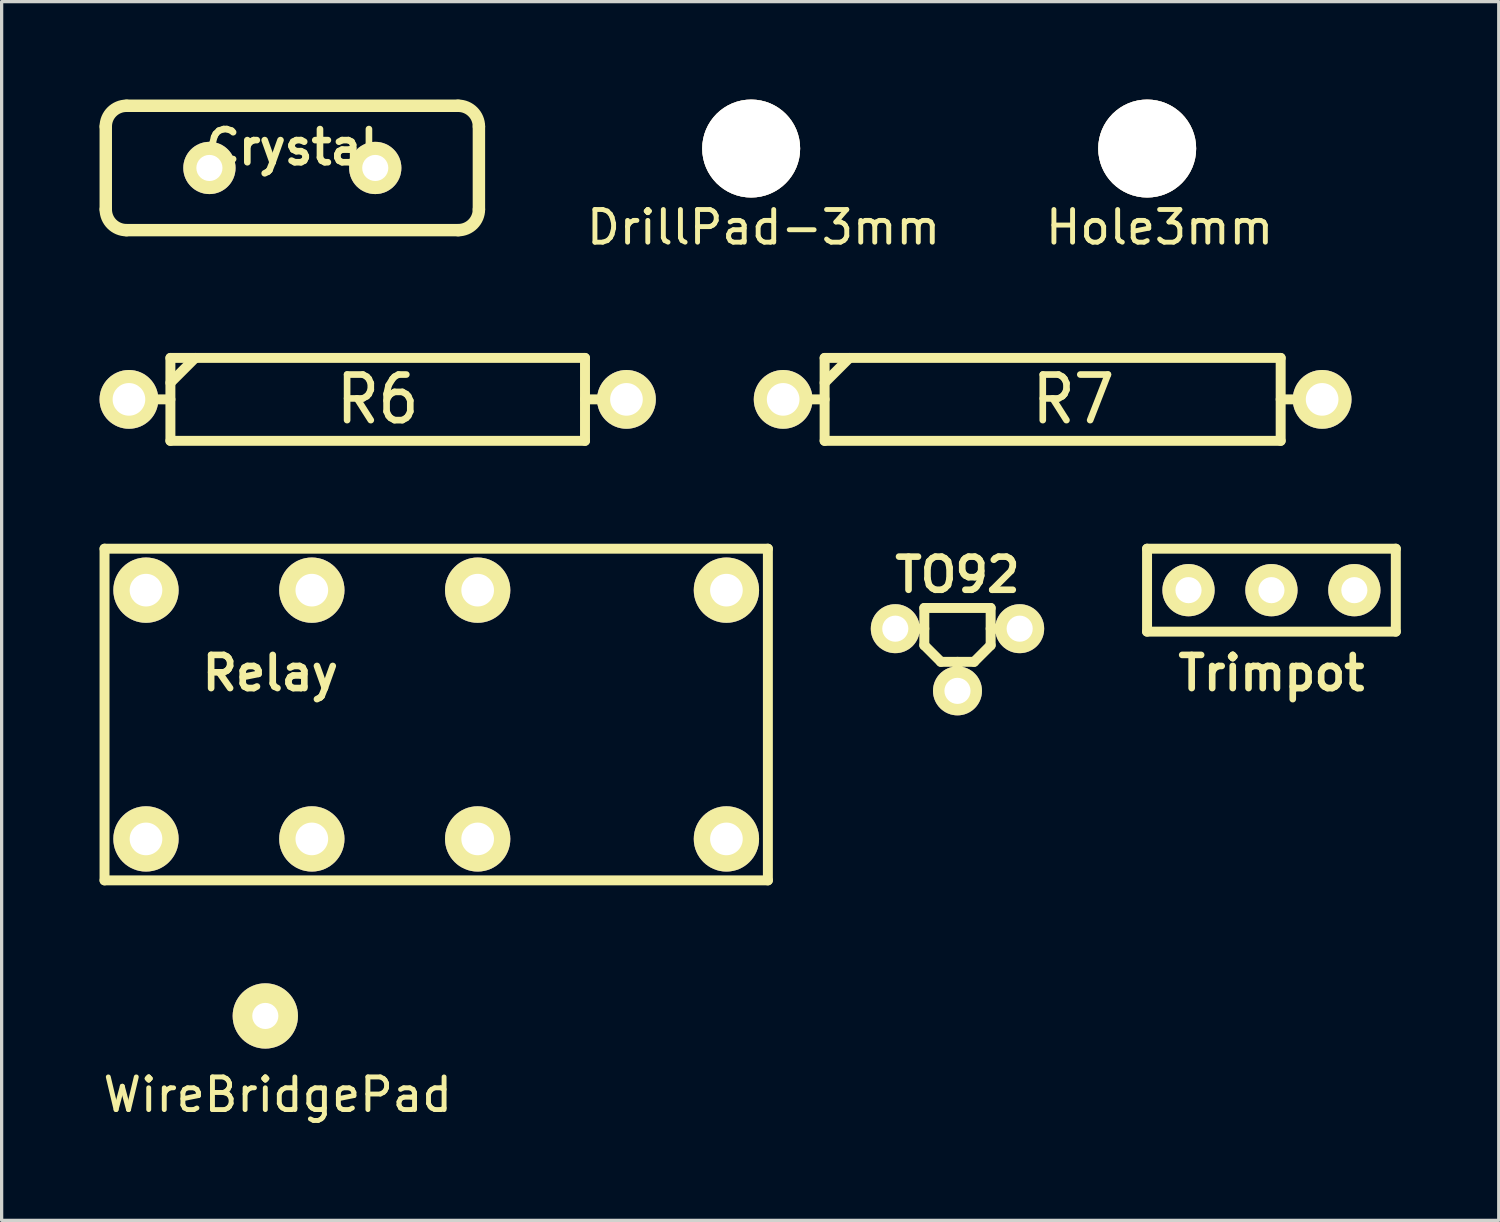
<source format=kicad_pcb>
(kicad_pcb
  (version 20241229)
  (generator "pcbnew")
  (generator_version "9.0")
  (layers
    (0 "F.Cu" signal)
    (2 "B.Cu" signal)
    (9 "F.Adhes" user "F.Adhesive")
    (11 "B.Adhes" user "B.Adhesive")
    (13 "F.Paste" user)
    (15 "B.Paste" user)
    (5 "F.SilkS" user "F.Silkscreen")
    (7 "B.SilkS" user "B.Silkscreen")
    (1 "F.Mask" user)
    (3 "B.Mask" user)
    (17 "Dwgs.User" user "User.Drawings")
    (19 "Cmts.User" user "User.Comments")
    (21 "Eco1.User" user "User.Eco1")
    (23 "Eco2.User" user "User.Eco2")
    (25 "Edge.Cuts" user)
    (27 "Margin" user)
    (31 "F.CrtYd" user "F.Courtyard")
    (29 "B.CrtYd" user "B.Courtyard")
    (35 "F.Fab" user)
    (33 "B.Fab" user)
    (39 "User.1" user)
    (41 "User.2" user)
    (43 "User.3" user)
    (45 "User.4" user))
  (footprint "Trimpot"
    (placed yes)
    (layer "F.Cu")
    (at 35.897 15.028)
    (property "Reference" "Trimpot" (at 0 2.54 0) (layer "F.SilkS") (effects (font (size 1.016 1.016) (thickness 0.203))))
    (attr through_hole)
    (fp_line (start -3.81 -1.27) (end -3.81 1.27) (stroke (width 0.305) (type solid)) (layer "F.SilkS"))
    (fp_line (start -3.81 1.27) (end 3.81 1.27) (stroke (width 0.305) (type solid)) (layer "F.SilkS"))
    (fp_line (start 3.81 -1.27) (end -3.81 -1.27) (stroke (width 0.305) (type solid)) (layer "F.SilkS"))
    (fp_line (start 3.81 1.27) (end 3.81 -1.27) (stroke (width 0.305) (type solid)) (layer "F.SilkS"))
    (pad "1" thru_hole circle (at -2.54 0) (size 1.6 1.6) (drill 0.8) (layers "*.Cu" "*.Mask" "F.SilkS"))
    (pad "2" thru_hole circle (at 0 0) (size 1.6 1.6) (drill 0.8) (layers "*.Cu" "*.Mask" "F.SilkS"))
    (pad "3" thru_hole circle (at 2.54 0) (size 1.6 1.6) (drill 0.8) (layers "*.Cu" "*.Mask" "F.SilkS")))
  (footprint "TO92"
    (layer "F.Cu")
    (at 26.28 16.843)
    (property "Reference" "TO92" (at 0 -2.286 0) (layer "F.SilkS") (effects (font (size 1.016 1.016) (thickness 0.203))))
    (attr through_hole)
    (fp_line (start -1.905 -0.635) (end -1.016 -0.635) (stroke (width 0.305) (type solid)) (layer "F.SilkS"))
    (fp_line (start -1.016 -1.27) (end -1.016 -0.127) (stroke (width 0.305) (type solid)) (layer "F.SilkS"))
    (fp_line (start -1.016 -0.127) (end -0.508 0.381) (stroke (width 0.305) (type solid)) (layer "F.SilkS"))
    (fp_line (start -0.508 0.381) (end 0.508 0.381) (stroke (width 0.305) (type solid)) (layer "F.SilkS"))
    (fp_line (start 0 1.27) (end 0 0.381) (stroke (width 0.305) (type solid)) (layer "F.SilkS"))
    (fp_line (start 0.508 0.381) (end 1.016 -0.127) (stroke (width 0.305) (type solid)) (layer "F.SilkS"))
    (fp_line (start 1.016 -1.27) (end -1.016 -1.27) (stroke (width 0.305) (type solid)) (layer "F.SilkS"))
    (fp_line (start 1.016 -0.127) (end 1.016 -1.27) (stroke (width 0.305) (type solid)) (layer "F.SilkS"))
    (fp_line (start 1.905 -0.635) (end 1.016 -0.635) (stroke (width 0.305) (type solid)) (layer "F.SilkS"))
    (pad "1" thru_hole circle (at -1.905 -0.635) (size 1.5 1.5) (drill 0.8) (layers "*.Cu" "*.Mask" "F.SilkS"))
    (pad "2" thru_hole circle (at 0 1.27) (size 1.5 1.5) (drill 0.8) (layers "*.Cu" "*.Mask" "F.SilkS"))
    (pad "3" thru_hole circle (at 1.905 -0.635) (size 1.5 1.5) (drill 0.8) (layers "*.Cu" "*.Mask" "F.SilkS")))
  (footprint "R7"
    (layer "F.Cu")
    (at 29.83 9.184)
    (property "Reference" "R7" (at 0 0 0) (layer "F.SilkS") (effects (font (size 1.397 1.27) (thickness 0.203))))
    (attr through_hole)
    (fp_line (start -8.89 0) (end -7.62 0) (stroke (width 0.305) (type solid)) (layer "F.SilkS"))
    (fp_line (start -7.62 -1.27) (end -7.62 1.27) (stroke (width 0.305) (type solid)) (layer "F.SilkS"))
    (fp_line (start -7.62 -1.27) (end 6.35 -1.27) (stroke (width 0.305) (type solid)) (layer "F.SilkS"))
    (fp_line (start -7.62 -0.508) (end -6.858 -1.27) (stroke (width 0.305) (type solid)) (layer "F.SilkS"))
    (fp_line (start 6.35 -1.27) (end 6.35 1.27) (stroke (width 0.305) (type solid)) (layer "F.SilkS"))
    (fp_line (start 6.35 0) (end 7.62 0) (stroke (width 0.305) (type solid)) (layer "F.SilkS"))
    (fp_line (start 6.35 1.27) (end -7.62 1.27) (stroke (width 0.305) (type solid)) (layer "F.SilkS"))
    (pad "1" thru_hole circle (at -8.89 0) (size 1.8 1.8) (drill 1) (layers "*.Cu" "*.Mask" "F.SilkS"))
    (pad "2" thru_hole circle (at 7.62 0) (size 1.8 1.8) (drill 1) (layers "*.Cu" "*.Mask" "F.SilkS")))
  (footprint "Relay"
    (placed yes)
    (layer "F.Cu")
    (at 1.422 18.838)
    (property "Reference" "Relay" (at 3.81 -1.27 0) (layer "F.SilkS") (effects (font (size 1.016 1.016) (thickness 0.203))))
    (attr through_hole)
    (fp_line (start -1.27 -5.08) (end -1.27 5.08) (stroke (width 0.305) (type solid)) (layer "F.SilkS"))
    (fp_line (start -1.27 5.08) (end 19.05 5.08) (stroke (width 0.305) (type solid)) (layer "F.SilkS"))
    (fp_line (start 19.05 -5.08) (end -1.27 -5.08) (stroke (width 0.305) (type solid)) (layer "F.SilkS"))
    (fp_line (start 19.05 5.08) (end 19.05 -5.08) (stroke (width 0.305) (type solid)) (layer "F.SilkS"))
    (pad "1" thru_hole circle (at 0 3.81) (size 2 2) (drill 1) (layers "*.Cu" "*.Mask" "F.SilkS"))
    (pad "3" thru_hole circle (at 5.08 3.81) (size 2 2) (drill 1) (layers "*.Cu" "*.Mask" "F.SilkS"))
    (pad "5" thru_hole circle (at 10.16 3.81) (size 2 2) (drill 1) (layers "*.Cu" "*.Mask" "F.SilkS"))
    (pad "8" thru_hole circle (at 17.78 3.81) (size 2 2) (drill 1) (layers "*.Cu" "*.Mask" "F.SilkS"))
    (pad "9" thru_hole circle (at 17.78 -3.81) (size 2 2) (drill 1) (layers "*.Cu" "*.Mask" "F.SilkS"))
    (pad "12" thru_hole circle (at 10.16 -3.81) (size 2 2) (drill 1) (layers "*.Cu" "*.Mask" "F.SilkS"))
    (pad "14" thru_hole circle (at 5.08 -3.81) (size 2 2) (drill 1) (layers "*.Cu" "*.Mask" "F.SilkS"))
    (pad "16" thru_hole circle (at 0 -3.81) (size 2 2) (drill 1) (layers "*.Cu" "*.Mask" "F.SilkS")))
  (footprint "Crystal"
    (layer "F.Cu")
    (at 5.905 2.095)
    (property "Reference" "Crystal" (at 0 -0.635 0) (layer "F.SilkS") (effects (font (size 1.016 1.016) (thickness 0.203))))
    (attr through_hole)
    (fp_line (start -5.715 1.27) (end -5.715 -1.27) (stroke (width 0.381) (type solid)) (layer "F.SilkS"))
    (fp_line (start -5.08 -1.905) (end 5.08 -1.905) (stroke (width 0.38) (type solid)) (layer "F.SilkS"))
    (fp_line (start 5.08 1.905) (end -5.08 1.905) (stroke (width 0.38) (type solid)) (layer "F.SilkS"))
    (fp_line (start 5.715 -1.27) (end 5.715 1.27) (stroke (width 0.381) (type solid)) (layer "F.SilkS"))
    (fp_arc (start -5.715 -1.27) (mid -5.529013 -1.719013) (end -5.08 -1.905) (stroke (width 0.381) (type solid)) (layer "F.SilkS"))
    (fp_arc (start -5.08 1.905) (mid -5.529013 1.719013) (end -5.715 1.27) (stroke (width 0.381) (type solid)) (layer "F.SilkS"))
    (fp_arc (start 5.08 -1.905) (mid 5.529013 -1.719013) (end 5.715 -1.27) (stroke (width 0.381) (type solid)) (layer "F.SilkS"))
    (fp_arc (start 5.715 1.27) (mid 5.529013 1.719013) (end 5.08 1.905) (stroke (width 0.381) (type solid)) (layer "F.SilkS"))
    (pad "1" thru_hole circle (at -2.54 0) (size 1.6 1.6) (drill 0.8) (layers "*.Cu" "*.Mask" "F.SilkS"))
    (pad "2" thru_hole circle (at 2.54 0) (size 1.6 1.6) (drill 0.8) (layers "*.Cu" "*.Mask" "F.SilkS")))
  (footprint "WireBridgePad"
    (layer "F.Cu")
    (at 5.077 28.071)
    (property "Reference" "WireBridgePad" (at 0.381 2.413 0) (layer "F.SilkS") (effects (font (size 1 1) (thickness 0.15))))
    (attr through_hole)
    (pad "2" thru_hole circle (at 0 0) (size 2 2) (drill 0.8) (layers "*.Cu" "*.Mask" "F.SilkS")))
  (footprint "Hole3mm"
    (layer "F.Cu")
    (at 32.091 1.5)
    (property "Reference" "Hole3mm" (at 0.381 2.413 0) (layer "F.SilkS") (effects (font (size 1 1) (thickness 0.15))))
    (attr through_hole)
    (pad "2" thru_hole circle (at 0 0) (size 3 3) (drill 3) (layers "*.Cu" "*.Mask" "F.SilkS")))
  (footprint "R6"
    (layer "F.Cu")
    (at 8.52 9.184)
    (property "Reference" "R6" (at 0 0 0) (layer "F.SilkS") (effects (font (size 1.397 1.27) (thickness 0.203))))
    (attr through_hole)
    (fp_line (start -7.62 0) (end -6.35 0) (stroke (width 0.305) (type solid)) (layer "F.SilkS"))
    (fp_line (start -6.35 -1.27) (end -6.35 1.27) (stroke (width 0.305) (type solid)) (layer "F.SilkS"))
    (fp_line (start -6.35 -1.27) (end 6.35 -1.27) (stroke (width 0.305) (type solid)) (layer "F.SilkS"))
    (fp_line (start -6.35 -0.508) (end -5.588 -1.27) (stroke (width 0.305) (type solid)) (layer "F.SilkS"))
    (fp_line (start 6.35 -1.27) (end 6.35 1.27) (stroke (width 0.305) (type solid)) (layer "F.SilkS"))
    (fp_line (start 6.35 0) (end 7.62 0) (stroke (width 0.305) (type solid)) (layer "F.SilkS"))
    (fp_line (start 6.35 1.27) (end -6.35 1.27) (stroke (width 0.305) (type solid)) (layer "F.SilkS"))
    (pad "1" thru_hole circle (at -7.62 0) (size 1.8 1.8) (drill 1) (layers "*.Cu" "*.Mask" "F.SilkS"))
    (pad "2" thru_hole circle (at 7.62 0) (size 1.8 1.8) (drill 1) (layers "*.Cu" "*.Mask" "F.SilkS")))
  (footprint "DrillPad-3mm"
    (layer "F.Cu")
    (at 19.96 1.5)
    (property "Reference" "DrillPad-3mm" (at 0.381 2.413 0) (layer "F.SilkS") (effects (font (size 1 1) (thickness 0.15))))
    (attr through_hole)
    (pad "" thru_hole circle (at 0 0) (size 3 3) (drill 3) (layers "*.Cu" "*.Mask" "F.SilkS")))
  (gr_rect
    (start -3 -3)
    (end 42.86 34.332)
    (stroke (width 0.1) (type default))
    (fill no)
    (layer "Edge.Cuts")))
</source>
